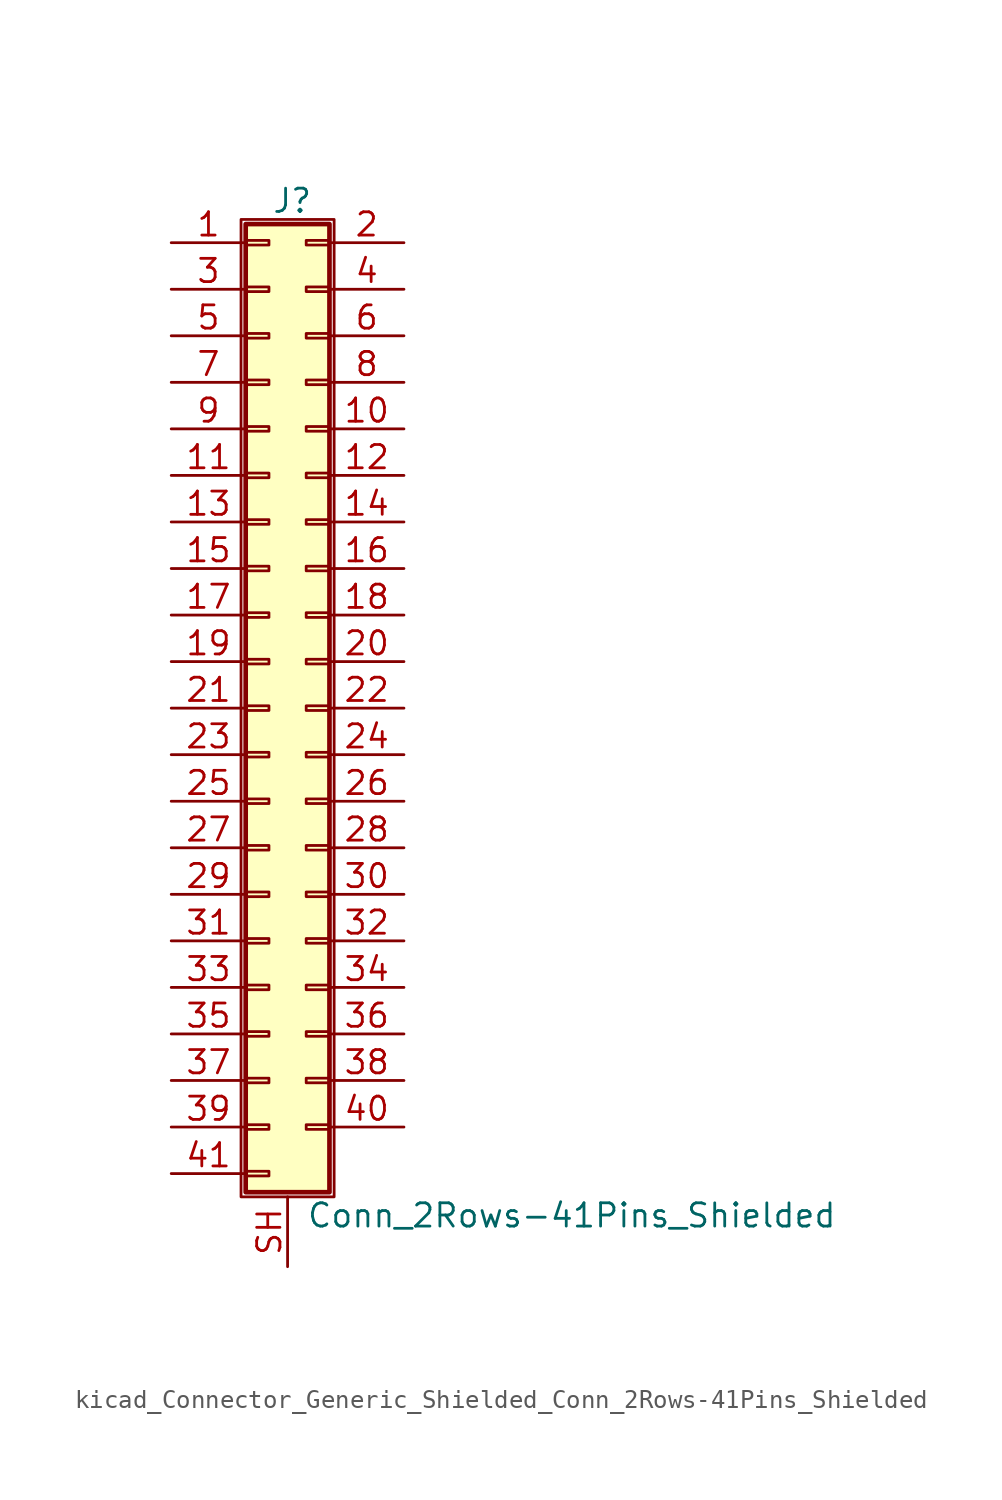
<source format=kicad_sym>
(kicad_symbol_lib
  (version 20220914)
  (generator kicad_symbol_editor)
  (symbol "kicad_Connector_Generic_Shielded_Conn_2Rows-41Pins_Shielded"
    (pin_names
      (offset 1.016) hide)
    (property "Reference" "J"
      (at 1.524 27.686 0)
      (effects (font (size 1.27 1.27))))
    (property "Value" "Conn_2Rows-41Pins_Shielded"
      (at 2.286 -27.686 0)
      (effects (font (size 1.27 1.27)) (justify left)))
    (symbol "kicad_Connector_Generic_Shielded_Conn_2Rows-41Pins_Shielded_1_1"
      (rectangle (start -1.27 26.67) (end 3.81 -26.67) (stroke (width 0.152) (type default)) (fill (type none)))
      (rectangle (start -1.016 -25.273) (end 0.254 -25.527) (stroke (width 0.152) (type default)) (fill (type none)))
      (rectangle (start -1.016 -22.733) (end 0.254 -22.987) (stroke (width 0.152) (type default)) (fill (type none)))
      (rectangle (start -1.016 -20.193) (end 0.254 -20.447) (stroke (width 0.152) (type default)) (fill (type none)))
      (rectangle (start -1.016 -17.653) (end 0.254 -17.907) (stroke (width 0.152) (type default)) (fill (type none)))
      (rectangle (start -1.016 -15.113) (end 0.254 -15.367) (stroke (width 0.152) (type default)) (fill (type none)))
      (rectangle (start -1.016 -12.573) (end 0.254 -12.827) (stroke (width 0.152) (type default)) (fill (type none)))
      (rectangle (start -1.016 -10.033) (end 0.254 -10.287) (stroke (width 0.152) (type default)) (fill (type none)))
      (rectangle (start -1.016 -7.493) (end 0.254 -7.747) (stroke (width 0.152) (type default)) (fill (type none)))
      (rectangle (start -1.016 -4.953) (end 0.254 -5.207) (stroke (width 0.152) (type default)) (fill (type none)))
      (rectangle (start -1.016 -2.413) (end 0.254 -2.667) (stroke (width 0.152) (type default)) (fill (type none)))
      (rectangle (start -1.016 0.127) (end 0.254 -0.127) (stroke (width 0.152) (type default)) (fill (type none)))
      (rectangle (start -1.016 2.667) (end 0.254 2.413) (stroke (width 0.152) (type default)) (fill (type none)))
      (rectangle (start -1.016 5.207) (end 0.254 4.953) (stroke (width 0.152) (type default)) (fill (type none)))
      (rectangle (start -1.016 7.747) (end 0.254 7.493) (stroke (width 0.152) (type default)) (fill (type none)))
      (rectangle (start -1.016 10.287) (end 0.254 10.033) (stroke (width 0.152) (type default)) (fill (type none)))
      (rectangle (start -1.016 12.827) (end 0.254 12.573) (stroke (width 0.152) (type default)) (fill (type none)))
      (rectangle (start -1.016 15.367) (end 0.254 15.113) (stroke (width 0.152) (type default)) (fill (type none)))
      (rectangle (start -1.016 17.907) (end 0.254 17.653) (stroke (width 0.152) (type default)) (fill (type none)))
      (rectangle (start -1.016 20.447) (end 0.254 20.193) (stroke (width 0.152) (type default)) (fill (type none)))
      (rectangle (start -1.016 22.987) (end 0.254 22.733) (stroke (width 0.152) (type default)) (fill (type none)))
      (rectangle (start -1.016 25.527) (end 0.254 25.273) (stroke (width 0.152) (type default)) (fill (type none)))
      (rectangle (start -1.016 26.416) (end 3.556 -26.416) (stroke (width 0.254) (type default)) (fill (type background)))
      (rectangle (start 3.556 -22.733) (end 2.286 -22.987) (stroke (width 0.152) (type default)) (fill (type none)))
      (rectangle (start 3.556 -20.193) (end 2.286 -20.447) (stroke (width 0.152) (type default)) (fill (type none)))
      (rectangle (start 3.556 -17.653) (end 2.286 -17.907) (stroke (width 0.152) (type default)) (fill (type none)))
      (rectangle (start 3.556 -15.113) (end 2.286 -15.367) (stroke (width 0.152) (type default)) (fill (type none)))
      (rectangle (start 3.556 -12.573) (end 2.286 -12.827) (stroke (width 0.152) (type default)) (fill (type none)))
      (rectangle (start 3.556 -10.033) (end 2.286 -10.287) (stroke (width 0.152) (type default)) (fill (type none)))
      (rectangle (start 3.556 -7.493) (end 2.286 -7.747) (stroke (width 0.152) (type default)) (fill (type none)))
      (rectangle (start 3.556 -4.953) (end 2.286 -5.207) (stroke (width 0.152) (type default)) (fill (type none)))
      (rectangle (start 3.556 -2.413) (end 2.286 -2.667) (stroke (width 0.152) (type default)) (fill (type none)))
      (rectangle (start 3.556 0.127) (end 2.286 -0.127) (stroke (width 0.152) (type default)) (fill (type none)))
      (rectangle (start 3.556 2.667) (end 2.286 2.413) (stroke (width 0.152) (type default)) (fill (type none)))
      (rectangle (start 3.556 5.207) (end 2.286 4.953) (stroke (width 0.152) (type default)) (fill (type none)))
      (rectangle (start 3.556 7.747) (end 2.286 7.493) (stroke (width 0.152) (type default)) (fill (type none)))
      (rectangle (start 3.556 10.287) (end 2.286 10.033) (stroke (width 0.152) (type default)) (fill (type none)))
      (rectangle (start 3.556 12.827) (end 2.286 12.573) (stroke (width 0.152) (type default)) (fill (type none)))
      (rectangle (start 3.556 15.367) (end 2.286 15.113) (stroke (width 0.152) (type default)) (fill (type none)))
      (rectangle (start 3.556 17.907) (end 2.286 17.653) (stroke (width 0.152) (type default)) (fill (type none)))
      (rectangle (start 3.556 20.447) (end 2.286 20.193) (stroke (width 0.152) (type default)) (fill (type none)))
      (rectangle (start 3.556 22.987) (end 2.286 22.733) (stroke (width 0.152) (type default)) (fill (type none)))
      (rectangle (start 3.556 25.527) (end 2.286 25.273) (stroke (width 0.152) (type default)) (fill (type none)))
      (pin passive line (at -5.08 25.4 0) (length 4.064) (name "Pin_1" (effects (font (size 1.27 1.27)))) (number "1" (effects (font (size 1.27 1.27)))))
      (pin passive line (at 7.62 15.24 180) (length 4.064) (name "Pin_10" (effects (font (size 1.27 1.27)))) (number "10" (effects (font (size 1.27 1.27)))))
      (pin passive line (at -5.08 12.7 0) (length 4.064) (name "Pin_11" (effects (font (size 1.27 1.27)))) (number "11" (effects (font (size 1.27 1.27)))))
      (pin passive line (at 7.62 12.7 180) (length 4.064) (name "Pin_12" (effects (font (size 1.27 1.27)))) (number "12" (effects (font (size 1.27 1.27)))))
      (pin passive line (at -5.08 10.16 0) (length 4.064) (name "Pin_13" (effects (font (size 1.27 1.27)))) (number "13" (effects (font (size 1.27 1.27)))))
      (pin passive line (at 7.62 10.16 180) (length 4.064) (name "Pin_14" (effects (font (size 1.27 1.27)))) (number "14" (effects (font (size 1.27 1.27)))))
      (pin passive line (at -5.08 7.62 0) (length 4.064) (name "Pin_15" (effects (font (size 1.27 1.27)))) (number "15" (effects (font (size 1.27 1.27)))))
      (pin passive line (at 7.62 7.62 180) (length 4.064) (name "Pin_16" (effects (font (size 1.27 1.27)))) (number "16" (effects (font (size 1.27 1.27)))))
      (pin passive line (at -5.08 5.08 0) (length 4.064) (name "Pin_17" (effects (font (size 1.27 1.27)))) (number "17" (effects (font (size 1.27 1.27)))))
      (pin passive line (at 7.62 5.08 180) (length 4.064) (name "Pin_18" (effects (font (size 1.27 1.27)))) (number "18" (effects (font (size 1.27 1.27)))))
      (pin passive line (at -5.08 2.54 0) (length 4.064) (name "Pin_19" (effects (font (size 1.27 1.27)))) (number "19" (effects (font (size 1.27 1.27)))))
      (pin passive line (at 7.62 25.4 180) (length 4.064) (name "Pin_2" (effects (font (size 1.27 1.27)))) (number "2" (effects (font (size 1.27 1.27)))))
      (pin passive line (at 7.62 2.54 180) (length 4.064) (name "Pin_20" (effects (font (size 1.27 1.27)))) (number "20" (effects (font (size 1.27 1.27)))))
      (pin passive line (at -5.08 0 0) (length 4.064) (name "Pin_21" (effects (font (size 1.27 1.27)))) (number "21" (effects (font (size 1.27 1.27)))))
      (pin passive line (at 7.62 0 180) (length 4.064) (name "Pin_22" (effects (font (size 1.27 1.27)))) (number "22" (effects (font (size 1.27 1.27)))))
      (pin passive line (at -5.08 -2.54 0) (length 4.064) (name "Pin_23" (effects (font (size 1.27 1.27)))) (number "23" (effects (font (size 1.27 1.27)))))
      (pin passive line (at 7.62 -2.54 180) (length 4.064) (name "Pin_24" (effects (font (size 1.27 1.27)))) (number "24" (effects (font (size 1.27 1.27)))))
      (pin passive line (at -5.08 -5.08 0) (length 4.064) (name "Pin_25" (effects (font (size 1.27 1.27)))) (number "25" (effects (font (size 1.27 1.27)))))
      (pin passive line (at 7.62 -5.08 180) (length 4.064) (name "Pin_26" (effects (font (size 1.27 1.27)))) (number "26" (effects (font (size 1.27 1.27)))))
      (pin passive line (at -5.08 -7.62 0) (length 4.064) (name "Pin_27" (effects (font (size 1.27 1.27)))) (number "27" (effects (font (size 1.27 1.27)))))
      (pin passive line (at 7.62 -7.62 180) (length 4.064) (name "Pin_28" (effects (font (size 1.27 1.27)))) (number "28" (effects (font (size 1.27 1.27)))))
      (pin passive line (at -5.08 -10.16 0) (length 4.064) (name "Pin_29" (effects (font (size 1.27 1.27)))) (number "29" (effects (font (size 1.27 1.27)))))
      (pin passive line (at -5.08 22.86 0) (length 4.064) (name "Pin_3" (effects (font (size 1.27 1.27)))) (number "3" (effects (font (size 1.27 1.27)))))
      (pin passive line (at 7.62 -10.16 180) (length 4.064) (name "Pin_30" (effects (font (size 1.27 1.27)))) (number "30" (effects (font (size 1.27 1.27)))))
      (pin passive line (at -5.08 -12.7 0) (length 4.064) (name "Pin_31" (effects (font (size 1.27 1.27)))) (number "31" (effects (font (size 1.27 1.27)))))
      (pin passive line (at 7.62 -12.7 180) (length 4.064) (name "Pin_32" (effects (font (size 1.27 1.27)))) (number "32" (effects (font (size 1.27 1.27)))))
      (pin passive line (at -5.08 -15.24 0) (length 4.064) (name "Pin_33" (effects (font (size 1.27 1.27)))) (number "33" (effects (font (size 1.27 1.27)))))
      (pin passive line (at 7.62 -15.24 180) (length 4.064) (name "Pin_34" (effects (font (size 1.27 1.27)))) (number "34" (effects (font (size 1.27 1.27)))))
      (pin passive line (at -5.08 -17.78 0) (length 4.064) (name "Pin_35" (effects (font (size 1.27 1.27)))) (number "35" (effects (font (size 1.27 1.27)))))
      (pin passive line (at 7.62 -17.78 180) (length 4.064) (name "Pin_36" (effects (font (size 1.27 1.27)))) (number "36" (effects (font (size 1.27 1.27)))))
      (pin passive line (at -5.08 -20.32 0) (length 4.064) (name "Pin_37" (effects (font (size 1.27 1.27)))) (number "37" (effects (font (size 1.27 1.27)))))
      (pin passive line (at 7.62 -20.32 180) (length 4.064) (name "Pin_38" (effects (font (size 1.27 1.27)))) (number "38" (effects (font (size 1.27 1.27)))))
      (pin passive line (at -5.08 -22.86 0) (length 4.064) (name "Pin_39" (effects (font (size 1.27 1.27)))) (number "39" (effects (font (size 1.27 1.27)))))
      (pin passive line (at 7.62 22.86 180) (length 4.064) (name "Pin_4" (effects (font (size 1.27 1.27)))) (number "4" (effects (font (size 1.27 1.27)))))
      (pin passive line (at 7.62 -22.86 180) (length 4.064) (name "Pin_40" (effects (font (size 1.27 1.27)))) (number "40" (effects (font (size 1.27 1.27)))))
      (pin passive line (at -5.08 -25.4 0) (length 4.064) (name "Pin_41" (effects (font (size 1.27 1.27)))) (number "41" (effects (font (size 1.27 1.27)))))
      (pin passive line (at -5.08 20.32 0) (length 4.064) (name "Pin_5" (effects (font (size 1.27 1.27)))) (number "5" (effects (font (size 1.27 1.27)))))
      (pin passive line (at 7.62 20.32 180) (length 4.064) (name "Pin_6" (effects (font (size 1.27 1.27)))) (number "6" (effects (font (size 1.27 1.27)))))
      (pin passive line (at -5.08 17.78 0) (length 4.064) (name "Pin_7" (effects (font (size 1.27 1.27)))) (number "7" (effects (font (size 1.27 1.27)))))
      (pin passive line (at 7.62 17.78 180) (length 4.064) (name "Pin_8" (effects (font (size 1.27 1.27)))) (number "8" (effects (font (size 1.27 1.27)))))
      (pin passive line (at -5.08 15.24 0) (length 4.064) (name "Pin_9" (effects (font (size 1.27 1.27)))) (number "9" (effects (font (size 1.27 1.27)))))
      (pin passive line (at 1.27 -30.48 90) (length 3.81) (name "Shield" (effects (font (size 1.27 1.27)))) (number "SH" (effects (font (size 1.27 1.27))))))))
</source>
